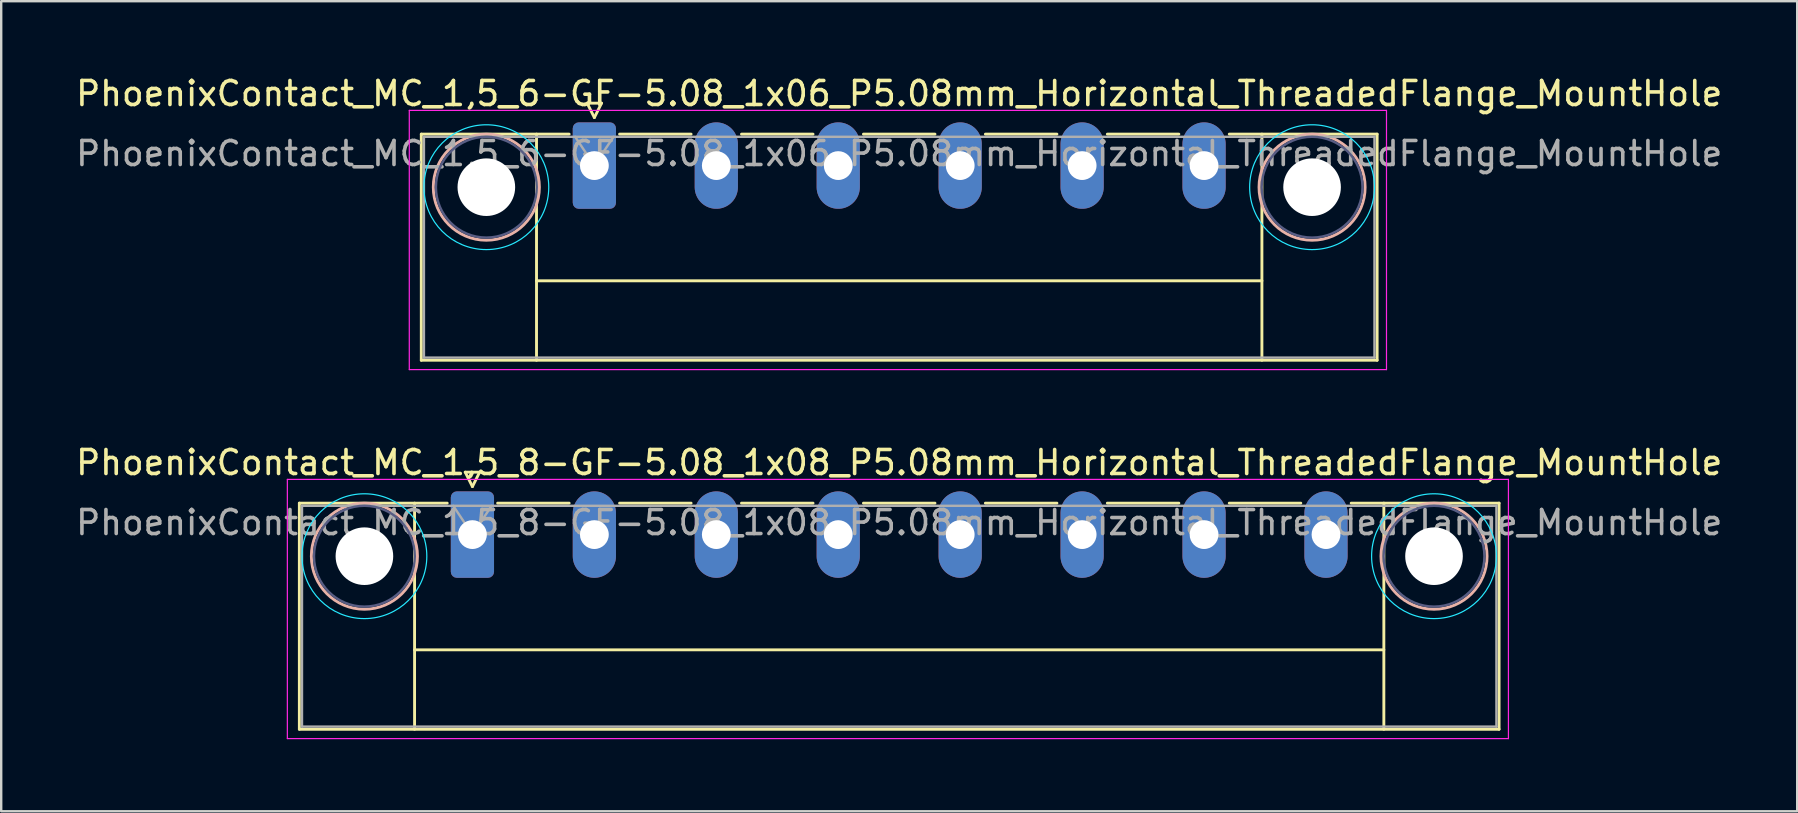
<source format=kicad_pcb>
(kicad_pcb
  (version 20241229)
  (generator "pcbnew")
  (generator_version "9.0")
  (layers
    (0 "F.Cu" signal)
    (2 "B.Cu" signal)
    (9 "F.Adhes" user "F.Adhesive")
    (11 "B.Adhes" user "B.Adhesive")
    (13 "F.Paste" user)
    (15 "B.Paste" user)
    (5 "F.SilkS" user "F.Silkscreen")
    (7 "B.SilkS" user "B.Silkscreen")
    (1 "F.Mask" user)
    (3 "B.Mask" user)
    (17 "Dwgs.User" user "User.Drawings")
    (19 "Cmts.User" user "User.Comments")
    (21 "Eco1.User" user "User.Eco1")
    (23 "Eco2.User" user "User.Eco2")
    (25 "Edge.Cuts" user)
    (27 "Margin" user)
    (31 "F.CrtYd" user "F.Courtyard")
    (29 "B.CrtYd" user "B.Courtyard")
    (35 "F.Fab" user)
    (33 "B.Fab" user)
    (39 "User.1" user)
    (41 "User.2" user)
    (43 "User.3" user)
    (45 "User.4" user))
  (footprint "PhoenixContact_MC_1,5_8-GF-5.08_1x08_P5.08mm_Horizontal_ThreadedFlange_MountHole"
    (layer "F.Cu")
    (at 16.631 19.221)
    (property "Reference" "PhoenixContact_MC_1,5_8-GF-5.08_1x08_P5.08mm_Horizontal_ThreadedFlange_MountHole" (at 17.78 -3 0) (layer "F.SilkS") (effects (font (size 1 1) (thickness 0.15))))
    (attr through_hole)
    (fp_line (start -7.21 -1.31) (end -7.21 8.11) (stroke (width 0.12) (type solid)) (layer "F.SilkS"))
    (fp_line (start -7.21 -1.31) (end -1.05 -1.31) (stroke (width 0.12) (type solid)) (layer "F.SilkS"))
    (fp_line (start -7.21 8.11) (end 42.77 8.11) (stroke (width 0.12) (type solid)) (layer "F.SilkS"))
    (fp_line (start -2.41 -1.31) (end -2.41 8.11) (stroke (width 0.12) (type solid)) (layer "F.SilkS"))
    (fp_line (start -2.41 4.8) (end 37.97 4.8) (stroke (width 0.12) (type solid)) (layer "F.SilkS"))
    (fp_line (start -0.3 -2.6) (end 0.3 -2.6) (stroke (width 0.12) (type solid)) (layer "F.SilkS"))
    (fp_line (start 0 -2) (end -0.3 -2.6) (stroke (width 0.12) (type solid)) (layer "F.SilkS"))
    (fp_line (start 0.3 -2.6) (end 0 -2) (stroke (width 0.12) (type solid)) (layer "F.SilkS"))
    (fp_line (start 1.05 -1.31) (end 4.03 -1.31) (stroke (width 0.12) (type solid)) (layer "F.SilkS"))
    (fp_line (start 6.13 -1.31) (end 9.11 -1.31) (stroke (width 0.12) (type solid)) (layer "F.SilkS"))
    (fp_line (start 11.21 -1.31) (end 14.19 -1.31) (stroke (width 0.12) (type solid)) (layer "F.SilkS"))
    (fp_line (start 16.29 -1.31) (end 19.27 -1.31) (stroke (width 0.12) (type solid)) (layer "F.SilkS"))
    (fp_line (start 21.37 -1.31) (end 24.35 -1.31) (stroke (width 0.12) (type solid)) (layer "F.SilkS"))
    (fp_line (start 26.45 -1.31) (end 29.43 -1.31) (stroke (width 0.12) (type solid)) (layer "F.SilkS"))
    (fp_line (start 31.53 -1.31) (end 34.51 -1.31) (stroke (width 0.12) (type solid)) (layer "F.SilkS"))
    (fp_line (start 37.97 -1.31) (end 37.97 8.11) (stroke (width 0.12) (type solid)) (layer "F.SilkS"))
    (fp_line (start 42.77 -1.31) (end 36.61 -1.31) (stroke (width 0.12) (type solid)) (layer "F.SilkS"))
    (fp_line (start 42.77 8.11) (end 42.77 -1.31) (stroke (width 0.12) (type solid)) (layer "F.SilkS"))
    (fp_circle (center -4.5 0.9) (end -2.29 0.9) (stroke (width 0.12) (type solid)) (fill no) (layer "B.SilkS"))
    (fp_circle (center 40.06 0.9) (end 42.27 0.9) (stroke (width 0.12) (type solid)) (fill no) (layer "B.SilkS"))
    (fp_circle (center -4.5 0.9) (end -1.9 0.9) (stroke (width 0.05) (type solid)) (fill no) (layer "B.CrtYd"))
    (fp_circle (center 40.06 0.9) (end 42.66 0.9) (stroke (width 0.05) (type solid)) (fill no) (layer "B.CrtYd"))
    (fp_line (start -7.71 -2.3) (end -7.71 8.5) (stroke (width 0.05) (type solid)) (layer "F.CrtYd"))
    (fp_line (start -7.71 8.5) (end 43.16 8.5) (stroke (width 0.05) (type solid)) (layer "F.CrtYd"))
    (fp_line (start 43.16 -2.3) (end -7.71 -2.3) (stroke (width 0.05) (type solid)) (layer "F.CrtYd"))
    (fp_line (start 43.16 8.5) (end 43.16 -2.3) (stroke (width 0.05) (type solid)) (layer "F.CrtYd"))
    (fp_circle (center -4.5 0.9) (end -2.4 0.9) (stroke (width 0.1) (type solid)) (fill no) (layer "B.Fab"))
    (fp_circle (center 40.06 0.9) (end 42.16 0.9) (stroke (width 0.1) (type solid)) (fill no) (layer "B.Fab"))
    (fp_line (start -7.1 -1.2) (end -7.1 8) (stroke (width 0.1) (type solid)) (layer "F.Fab"))
    (fp_line (start -7.1 8) (end 42.66 8) (stroke (width 0.1) (type solid)) (layer "F.Fab"))
    (fp_line (start 0 0) (end -0.8 -1.2) (stroke (width 0.1) (type solid)) (layer "F.Fab"))
    (fp_line (start 0.8 -1.2) (end 0 0) (stroke (width 0.1) (type solid)) (layer "F.Fab"))
    (fp_line (start 42.66 -1.2) (end -7.1 -1.2) (stroke (width 0.1) (type solid)) (layer "F.Fab"))
    (fp_line (start 42.66 8) (end 42.66 -1.2) (stroke (width 0.1) (type solid)) (layer "F.Fab"))
    (fp_text user "${REFERENCE}" (at 17.78 -0.5 0) (layer "F.Fab") (effects (font (size 1 1) (thickness 0.15))))
    (pad "" np_thru_hole circle (at -4.5 0.9) (size 2.4 2.4) (drill 2.4) (layers "*.Cu" "*.Mask"))
    (pad "" np_thru_hole circle (at 40.06 0.9) (size 2.4 2.4) (drill 2.4) (layers "*.Cu" "*.Mask"))
    (pad "1" thru_hole roundrect (at 0 0) (size 1.8 3.6) (drill 1.2) (layers "*.Cu" "*.Mask") (roundrect_rratio 0.139))
    (pad "2" thru_hole oval (at 5.08 0) (size 1.8 3.6) (drill 1.2) (layers "*.Cu" "*.Mask"))
    (pad "3" thru_hole oval (at 10.16 0) (size 1.8 3.6) (drill 1.2) (layers "*.Cu" "*.Mask"))
    (pad "4" thru_hole oval (at 15.24 0) (size 1.8 3.6) (drill 1.2) (layers "*.Cu" "*.Mask"))
    (pad "5" thru_hole oval (at 20.32 0) (size 1.8 3.6) (drill 1.2) (layers "*.Cu" "*.Mask"))
    (pad "6" thru_hole oval (at 25.4 0) (size 1.8 3.6) (drill 1.2) (layers "*.Cu" "*.Mask"))
    (pad "7" thru_hole oval (at 30.48 0) (size 1.8 3.6) (drill 1.2) (layers "*.Cu" "*.Mask"))
    (pad "8" thru_hole oval (at 35.56 0) (size 1.8 3.6) (drill 1.2) (layers "*.Cu" "*.Mask")))
  (footprint "PhoenixContact_MC_1,5_6-GF-5.08_1x06_P5.08mm_Horizontal_ThreadedFlange_MountHole"
    (layer "F.Cu")
    (at 21.711 3.848)
    (property "Reference" "PhoenixContact_MC_1,5_6-GF-5.08_1x06_P5.08mm_Horizontal_ThreadedFlange_MountHole" (at 12.7 -3 0) (layer "F.SilkS") (effects (font (size 1 1) (thickness 0.15))))
    (attr through_hole)
    (fp_line (start -7.21 -1.31) (end -7.21 8.11) (stroke (width 0.12) (type solid)) (layer "F.SilkS"))
    (fp_line (start -7.21 -1.31) (end -1.05 -1.31) (stroke (width 0.12) (type solid)) (layer "F.SilkS"))
    (fp_line (start -7.21 8.11) (end 32.61 8.11) (stroke (width 0.12) (type solid)) (layer "F.SilkS"))
    (fp_line (start -2.41 -1.31) (end -2.41 8.11) (stroke (width 0.12) (type solid)) (layer "F.SilkS"))
    (fp_line (start -2.41 4.8) (end 27.81 4.8) (stroke (width 0.12) (type solid)) (layer "F.SilkS"))
    (fp_line (start -0.3 -2.6) (end 0.3 -2.6) (stroke (width 0.12) (type solid)) (layer "F.SilkS"))
    (fp_line (start 0 -2) (end -0.3 -2.6) (stroke (width 0.12) (type solid)) (layer "F.SilkS"))
    (fp_line (start 0.3 -2.6) (end 0 -2) (stroke (width 0.12) (type solid)) (layer "F.SilkS"))
    (fp_line (start 1.05 -1.31) (end 4.03 -1.31) (stroke (width 0.12) (type solid)) (layer "F.SilkS"))
    (fp_line (start 6.13 -1.31) (end 9.11 -1.31) (stroke (width 0.12) (type solid)) (layer "F.SilkS"))
    (fp_line (start 11.21 -1.31) (end 14.19 -1.31) (stroke (width 0.12) (type solid)) (layer "F.SilkS"))
    (fp_line (start 16.29 -1.31) (end 19.27 -1.31) (stroke (width 0.12) (type solid)) (layer "F.SilkS"))
    (fp_line (start 21.37 -1.31) (end 24.35 -1.31) (stroke (width 0.12) (type solid)) (layer "F.SilkS"))
    (fp_line (start 27.81 -1.31) (end 27.81 8.11) (stroke (width 0.12) (type solid)) (layer "F.SilkS"))
    (fp_line (start 32.61 -1.31) (end 26.45 -1.31) (stroke (width 0.12) (type solid)) (layer "F.SilkS"))
    (fp_line (start 32.61 8.11) (end 32.61 -1.31) (stroke (width 0.12) (type solid)) (layer "F.SilkS"))
    (fp_circle (center -4.5 0.9) (end -2.29 0.9) (stroke (width 0.12) (type solid)) (fill no) (layer "B.SilkS"))
    (fp_circle (center 29.9 0.9) (end 32.11 0.9) (stroke (width 0.12) (type solid)) (fill no) (layer "B.SilkS"))
    (fp_circle (center -4.5 0.9) (end -1.9 0.9) (stroke (width 0.05) (type solid)) (fill no) (layer "B.CrtYd"))
    (fp_circle (center 29.9 0.9) (end 32.5 0.9) (stroke (width 0.05) (type solid)) (fill no) (layer "B.CrtYd"))
    (fp_line (start -7.71 -2.3) (end -7.71 8.5) (stroke (width 0.05) (type solid)) (layer "F.CrtYd"))
    (fp_line (start -7.71 8.5) (end 33 8.5) (stroke (width 0.05) (type solid)) (layer "F.CrtYd"))
    (fp_line (start 33 -2.3) (end -7.71 -2.3) (stroke (width 0.05) (type solid)) (layer "F.CrtYd"))
    (fp_line (start 33 8.5) (end 33 -2.3) (stroke (width 0.05) (type solid)) (layer "F.CrtYd"))
    (fp_circle (center -4.5 0.9) (end -2.4 0.9) (stroke (width 0.1) (type solid)) (fill no) (layer "B.Fab"))
    (fp_circle (center 29.9 0.9) (end 32 0.9) (stroke (width 0.1) (type solid)) (fill no) (layer "B.Fab"))
    (fp_line (start -7.1 -1.2) (end -7.1 8) (stroke (width 0.1) (type solid)) (layer "F.Fab"))
    (fp_line (start -7.1 8) (end 32.5 8) (stroke (width 0.1) (type solid)) (layer "F.Fab"))
    (fp_line (start 0 0) (end -0.8 -1.2) (stroke (width 0.1) (type solid)) (layer "F.Fab"))
    (fp_line (start 0.8 -1.2) (end 0 0) (stroke (width 0.1) (type solid)) (layer "F.Fab"))
    (fp_line (start 32.5 -1.2) (end -7.1 -1.2) (stroke (width 0.1) (type solid)) (layer "F.Fab"))
    (fp_line (start 32.5 8) (end 32.5 -1.2) (stroke (width 0.1) (type solid)) (layer "F.Fab"))
    (fp_text user "${REFERENCE}" (at 12.7 -0.5 0) (layer "F.Fab") (effects (font (size 1 1) (thickness 0.15))))
    (pad "" np_thru_hole circle (at -4.5 0.9) (size 2.4 2.4) (drill 2.4) (layers "*.Cu" "*.Mask"))
    (pad "" np_thru_hole circle (at 29.9 0.9) (size 2.4 2.4) (drill 2.4) (layers "*.Cu" "*.Mask"))
    (pad "1" thru_hole roundrect (at 0 0) (size 1.8 3.6) (drill 1.2) (layers "*.Cu" "*.Mask") (roundrect_rratio 0.139))
    (pad "2" thru_hole oval (at 5.08 0) (size 1.8 3.6) (drill 1.2) (layers "*.Cu" "*.Mask"))
    (pad "3" thru_hole oval (at 10.16 0) (size 1.8 3.6) (drill 1.2) (layers "*.Cu" "*.Mask"))
    (pad "4" thru_hole oval (at 15.24 0) (size 1.8 3.6) (drill 1.2) (layers "*.Cu" "*.Mask"))
    (pad "5" thru_hole oval (at 20.32 0) (size 1.8 3.6) (drill 1.2) (layers "*.Cu" "*.Mask"))
    (pad "6" thru_hole oval (at 25.4 0) (size 1.8 3.6) (drill 1.2) (layers "*.Cu" "*.Mask")))
  (gr_rect
    (start -3 -3)
    (end 71.821 30.747)
    (stroke (width 0.1) (type default))
    (fill no)
    (layer "Edge.Cuts")))
</source>
